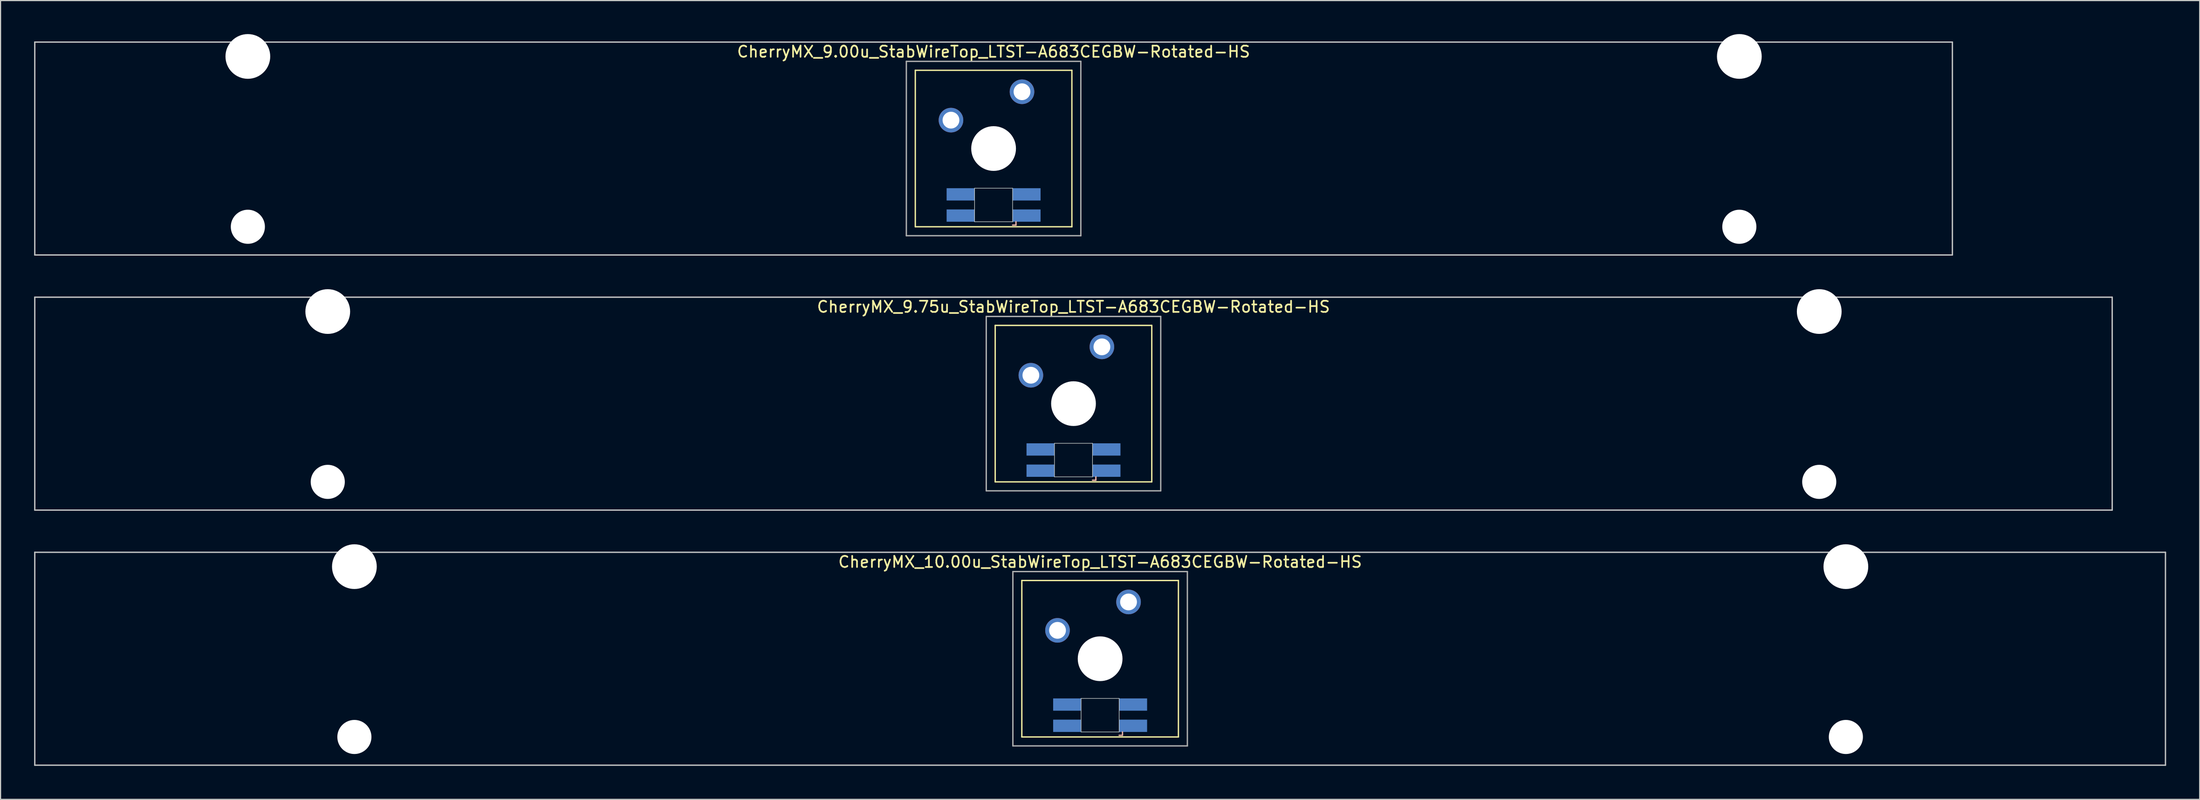
<source format=kicad_pcb>
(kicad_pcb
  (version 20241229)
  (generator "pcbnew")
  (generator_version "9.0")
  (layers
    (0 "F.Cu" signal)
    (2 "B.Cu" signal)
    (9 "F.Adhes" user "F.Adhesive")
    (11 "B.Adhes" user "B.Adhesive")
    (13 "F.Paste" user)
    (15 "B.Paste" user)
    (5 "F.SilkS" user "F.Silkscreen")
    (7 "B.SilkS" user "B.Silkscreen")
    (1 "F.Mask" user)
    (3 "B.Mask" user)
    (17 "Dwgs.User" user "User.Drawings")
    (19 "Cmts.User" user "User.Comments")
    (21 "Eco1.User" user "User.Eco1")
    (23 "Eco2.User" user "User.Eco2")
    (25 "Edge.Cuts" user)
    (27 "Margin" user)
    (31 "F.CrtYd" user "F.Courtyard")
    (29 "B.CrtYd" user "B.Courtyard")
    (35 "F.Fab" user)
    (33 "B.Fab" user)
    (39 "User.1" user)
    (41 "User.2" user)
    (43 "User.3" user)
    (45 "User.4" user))
  (footprint "CherryMX_9.00u_StabWireTop_LTST-A683CEGBW-Rotated-HS"
    (layer "F.Cu")
    (at 85.785 10.24)
    (property "Reference" "CherryMX_9.00u_StabWireTop_LTST-A683CEGBW-Rotated-HS" (at 0 -8.662 0) (layer "F.SilkS") (effects (font (size 1 1) (thickness 0.15))))
    (attr through_hole)
    (fp_line (start -7 -7) (end -7 7) (stroke (width 0.12) (type solid)) (layer "F.SilkS"))
    (fp_line (start -7 -7) (end 7 -7) (stroke (width 0.12) (type solid)) (layer "F.SilkS"))
    (fp_line (start 7 -7) (end 7 7) (stroke (width 0.12) (type solid)) (layer "F.SilkS"))
    (fp_line (start 7 7) (end -7 7) (stroke (width 0.12) (type solid)) (layer "F.SilkS"))
    (fp_line (start 1.7 6.85) (end 2 6.85) (stroke (width 0.12) (type solid)) (layer "B.SilkS"))
    (fp_line (start 2 6.85) (end 2 6.55) (stroke (width 0.12) (type solid)) (layer "B.SilkS"))
    (fp_line (start -85.725 -9.525) (end 85.725 -9.525) (stroke (width 0.12) (type solid)) (layer "Dwgs.User"))
    (fp_line (start -85.725 9.525) (end -85.725 -9.525) (stroke (width 0.12) (type solid)) (layer "Dwgs.User"))
    (fp_line (start 85.725 -9.525) (end 85.725 9.525) (stroke (width 0.12) (type solid)) (layer "Dwgs.User"))
    (fp_line (start 85.725 9.525) (end -85.725 9.525) (stroke (width 0.12) (type solid)) (layer "Dwgs.User"))
    (fp_line (start -1.7 3.55) (end 1.7 3.55) (stroke (width 0.05) (type solid)) (layer "Edge.Cuts"))
    (fp_line (start -1.7 6.55) (end -1.7 3.55) (stroke (width 0.05) (type solid)) (layer "Edge.Cuts"))
    (fp_line (start 1.7 3.55) (end 1.7 6.55) (stroke (width 0.05) (type solid)) (layer "Edge.Cuts"))
    (fp_line (start 1.7 6.55) (end -1.7 6.55) (stroke (width 0.05) (type solid)) (layer "Edge.Cuts"))
    (fp_line (start -7.8 -7.8) (end -7.8 7.8) (stroke (width 0.12) (type solid)) (layer "F.Fab"))
    (fp_line (start -7.8 -7.8) (end 7.8 -7.8) (stroke (width 0.12) (type solid)) (layer "F.Fab"))
    (fp_line (start -7.8 7.8) (end 7.8 7.8) (stroke (width 0.12) (type solid)) (layer "F.Fab"))
    (fp_line (start 7.8 -7.8) (end 7.8 7.8) (stroke (width 0.12) (type solid)) (layer "F.Fab"))
    (pad "" np_thru_hole circle (at -66.675 -8.24) (size 4 4) (drill 4) (layers "*.Cu" "*.Mask"))
    (pad "" np_thru_hole circle (at -66.675 7) (size 3.05 3.05) (drill 3.05) (layers "*.Cu" "*.Mask"))
    (pad "" np_thru_hole circle (at 0 0) (size 4 4) (drill 4) (layers "*.Cu" "*.Mask"))
    (pad "" np_thru_hole circle (at 66.675 -8.24) (size 4 4) (drill 4) (layers "*.Cu" "*.Mask"))
    (pad "" np_thru_hole circle (at 66.675 7) (size 3.05 3.05) (drill 3.05) (layers "*.Cu" "*.Mask"))
    (pad "1" thru_hole circle (at -3.81 -2.54) (size 2.2 2.2) (drill 1.5) (layers "*.Cu" "*.Mask"))
    (pad "2" thru_hole circle (at 2.54 -5.08) (size 2.2 2.2) (drill 1.5) (layers "*.Cu" "*.Mask"))
    (pad "3" smd rect (at 2.95 6) (size 2.5 1.1) (layers "B.Cu" "B.Mask" "B.Paste"))
    (pad "4" smd rect (at 2.95 4.1) (size 2.5 1.1) (layers "B.Cu" "B.Mask" "B.Paste"))
    (pad "5" smd rect (at -2.95 6) (size 2.5 1.1) (layers "B.Cu" "B.Mask" "B.Paste"))
    (pad "6" smd rect (at -2.95 4.1) (size 2.5 1.1) (layers "B.Cu" "B.Mask" "B.Paste")))
  (footprint "CherryMX_9.75u_StabWireTop_LTST-A683CEGBW-Rotated-HS"
    (layer "F.Cu")
    (at 92.929 33.065)
    (property "Reference" "CherryMX_9.75u_StabWireTop_LTST-A683CEGBW-Rotated-HS" (at 0 -8.662 0) (layer "F.SilkS") (effects (font (size 1 1) (thickness 0.15))))
    (attr through_hole)
    (fp_line (start -7 -7) (end -7 7) (stroke (width 0.12) (type solid)) (layer "F.SilkS"))
    (fp_line (start -7 -7) (end 7 -7) (stroke (width 0.12) (type solid)) (layer "F.SilkS"))
    (fp_line (start 7 -7) (end 7 7) (stroke (width 0.12) (type solid)) (layer "F.SilkS"))
    (fp_line (start 7 7) (end -7 7) (stroke (width 0.12) (type solid)) (layer "F.SilkS"))
    (fp_line (start 1.7 6.85) (end 2 6.85) (stroke (width 0.12) (type solid)) (layer "B.SilkS"))
    (fp_line (start 2 6.85) (end 2 6.55) (stroke (width 0.12) (type solid)) (layer "B.SilkS"))
    (fp_line (start -92.869 -9.525) (end 92.869 -9.525) (stroke (width 0.12) (type solid)) (layer "Dwgs.User"))
    (fp_line (start -92.869 9.525) (end -92.869 -9.525) (stroke (width 0.12) (type solid)) (layer "Dwgs.User"))
    (fp_line (start 92.869 -9.525) (end 92.869 9.525) (stroke (width 0.12) (type solid)) (layer "Dwgs.User"))
    (fp_line (start 92.869 9.525) (end -92.869 9.525) (stroke (width 0.12) (type solid)) (layer "Dwgs.User"))
    (fp_line (start -1.7 3.55) (end 1.7 3.55) (stroke (width 0.05) (type solid)) (layer "Edge.Cuts"))
    (fp_line (start -1.7 6.55) (end -1.7 3.55) (stroke (width 0.05) (type solid)) (layer "Edge.Cuts"))
    (fp_line (start 1.7 3.55) (end 1.7 6.55) (stroke (width 0.05) (type solid)) (layer "Edge.Cuts"))
    (fp_line (start 1.7 6.55) (end -1.7 6.55) (stroke (width 0.05) (type solid)) (layer "Edge.Cuts"))
    (fp_line (start -7.8 -7.8) (end -7.8 7.8) (stroke (width 0.12) (type solid)) (layer "F.Fab"))
    (fp_line (start -7.8 -7.8) (end 7.8 -7.8) (stroke (width 0.12) (type solid)) (layer "F.Fab"))
    (fp_line (start -7.8 7.8) (end 7.8 7.8) (stroke (width 0.12) (type solid)) (layer "F.Fab"))
    (fp_line (start 7.8 -7.8) (end 7.8 7.8) (stroke (width 0.12) (type solid)) (layer "F.Fab"))
    (pad "" np_thru_hole circle (at -66.675 -8.24) (size 4 4) (drill 4) (layers "*.Cu" "*.Mask"))
    (pad "" np_thru_hole circle (at -66.675 7) (size 3.05 3.05) (drill 3.05) (layers "*.Cu" "*.Mask"))
    (pad "" np_thru_hole circle (at 0 0) (size 4 4) (drill 4) (layers "*.Cu" "*.Mask"))
    (pad "" np_thru_hole circle (at 66.675 -8.24) (size 4 4) (drill 4) (layers "*.Cu" "*.Mask"))
    (pad "" np_thru_hole circle (at 66.675 7) (size 3.05 3.05) (drill 3.05) (layers "*.Cu" "*.Mask"))
    (pad "1" thru_hole circle (at -3.81 -2.54) (size 2.2 2.2) (drill 1.5) (layers "*.Cu" "*.Mask"))
    (pad "2" thru_hole circle (at 2.54 -5.08) (size 2.2 2.2) (drill 1.5) (layers "*.Cu" "*.Mask"))
    (pad "3" smd rect (at 2.95 6) (size 2.5 1.1) (layers "B.Cu" "B.Mask" "B.Paste"))
    (pad "4" smd rect (at 2.95 4.1) (size 2.5 1.1) (layers "B.Cu" "B.Mask" "B.Paste"))
    (pad "5" smd rect (at -2.95 6) (size 2.5 1.1) (layers "B.Cu" "B.Mask" "B.Paste"))
    (pad "6" smd rect (at -2.95 4.1) (size 2.5 1.1) (layers "B.Cu" "B.Mask" "B.Paste")))
  (footprint "CherryMX_10.00u_StabWireTop_LTST-A683CEGBW-Rotated-HS"
    (layer "F.Cu")
    (at 95.31 55.89)
    (property "Reference" "CherryMX_10.00u_StabWireTop_LTST-A683CEGBW-Rotated-HS" (at 0 -8.662 0) (layer "F.SilkS") (effects (font (size 1 1) (thickness 0.15))))
    (attr through_hole)
    (fp_line (start -7 -7) (end -7 7) (stroke (width 0.12) (type solid)) (layer "F.SilkS"))
    (fp_line (start -7 -7) (end 7 -7) (stroke (width 0.12) (type solid)) (layer "F.SilkS"))
    (fp_line (start 7 -7) (end 7 7) (stroke (width 0.12) (type solid)) (layer "F.SilkS"))
    (fp_line (start 7 7) (end -7 7) (stroke (width 0.12) (type solid)) (layer "F.SilkS"))
    (fp_line (start 1.7 6.85) (end 2 6.85) (stroke (width 0.12) (type solid)) (layer "B.SilkS"))
    (fp_line (start 2 6.85) (end 2 6.55) (stroke (width 0.12) (type solid)) (layer "B.SilkS"))
    (fp_line (start -95.25 -9.525) (end 95.25 -9.525) (stroke (width 0.12) (type solid)) (layer "Dwgs.User"))
    (fp_line (start -95.25 9.525) (end -95.25 -9.525) (stroke (width 0.12) (type solid)) (layer "Dwgs.User"))
    (fp_line (start 95.25 -9.525) (end 95.25 9.525) (stroke (width 0.12) (type solid)) (layer "Dwgs.User"))
    (fp_line (start 95.25 9.525) (end -95.25 9.525) (stroke (width 0.12) (type solid)) (layer "Dwgs.User"))
    (fp_line (start -1.7 3.55) (end 1.7 3.55) (stroke (width 0.05) (type solid)) (layer "Edge.Cuts"))
    (fp_line (start -1.7 6.55) (end -1.7 3.55) (stroke (width 0.05) (type solid)) (layer "Edge.Cuts"))
    (fp_line (start 1.7 3.55) (end 1.7 6.55) (stroke (width 0.05) (type solid)) (layer "Edge.Cuts"))
    (fp_line (start 1.7 6.55) (end -1.7 6.55) (stroke (width 0.05) (type solid)) (layer "Edge.Cuts"))
    (fp_line (start -7.8 -7.8) (end -7.8 7.8) (stroke (width 0.12) (type solid)) (layer "F.Fab"))
    (fp_line (start -7.8 -7.8) (end 7.8 -7.8) (stroke (width 0.12) (type solid)) (layer "F.Fab"))
    (fp_line (start -7.8 7.8) (end 7.8 7.8) (stroke (width 0.12) (type solid)) (layer "F.Fab"))
    (fp_line (start 7.8 -7.8) (end 7.8 7.8) (stroke (width 0.12) (type solid)) (layer "F.Fab"))
    (pad "" np_thru_hole circle (at -66.675 -8.24) (size 4 4) (drill 4) (layers "*.Cu" "*.Mask"))
    (pad "" np_thru_hole circle (at -66.675 7) (size 3.05 3.05) (drill 3.05) (layers "*.Cu" "*.Mask"))
    (pad "" np_thru_hole circle (at 0 0) (size 4 4) (drill 4) (layers "*.Cu" "*.Mask"))
    (pad "" np_thru_hole circle (at 66.675 -8.24) (size 4 4) (drill 4) (layers "*.Cu" "*.Mask"))
    (pad "" np_thru_hole circle (at 66.675 7) (size 3.05 3.05) (drill 3.05) (layers "*.Cu" "*.Mask"))
    (pad "1" thru_hole circle (at -3.81 -2.54) (size 2.2 2.2) (drill 1.5) (layers "*.Cu" "*.Mask"))
    (pad "2" thru_hole circle (at 2.54 -5.08) (size 2.2 2.2) (drill 1.5) (layers "*.Cu" "*.Mask"))
    (pad "3" smd rect (at 2.95 6) (size 2.5 1.1) (layers "B.Cu" "B.Mask" "B.Paste"))
    (pad "4" smd rect (at 2.95 4.1) (size 2.5 1.1) (layers "B.Cu" "B.Mask" "B.Paste"))
    (pad "5" smd rect (at -2.95 6) (size 2.5 1.1) (layers "B.Cu" "B.Mask" "B.Paste"))
    (pad "6" smd rect (at -2.95 4.1) (size 2.5 1.1) (layers "B.Cu" "B.Mask" "B.Paste")))
  (gr_rect
    (start -3 -3)
    (end 193.62 68.475)
    (stroke (width 0.1) (type default))
    (fill no)
    (layer "Edge.Cuts")))
</source>
